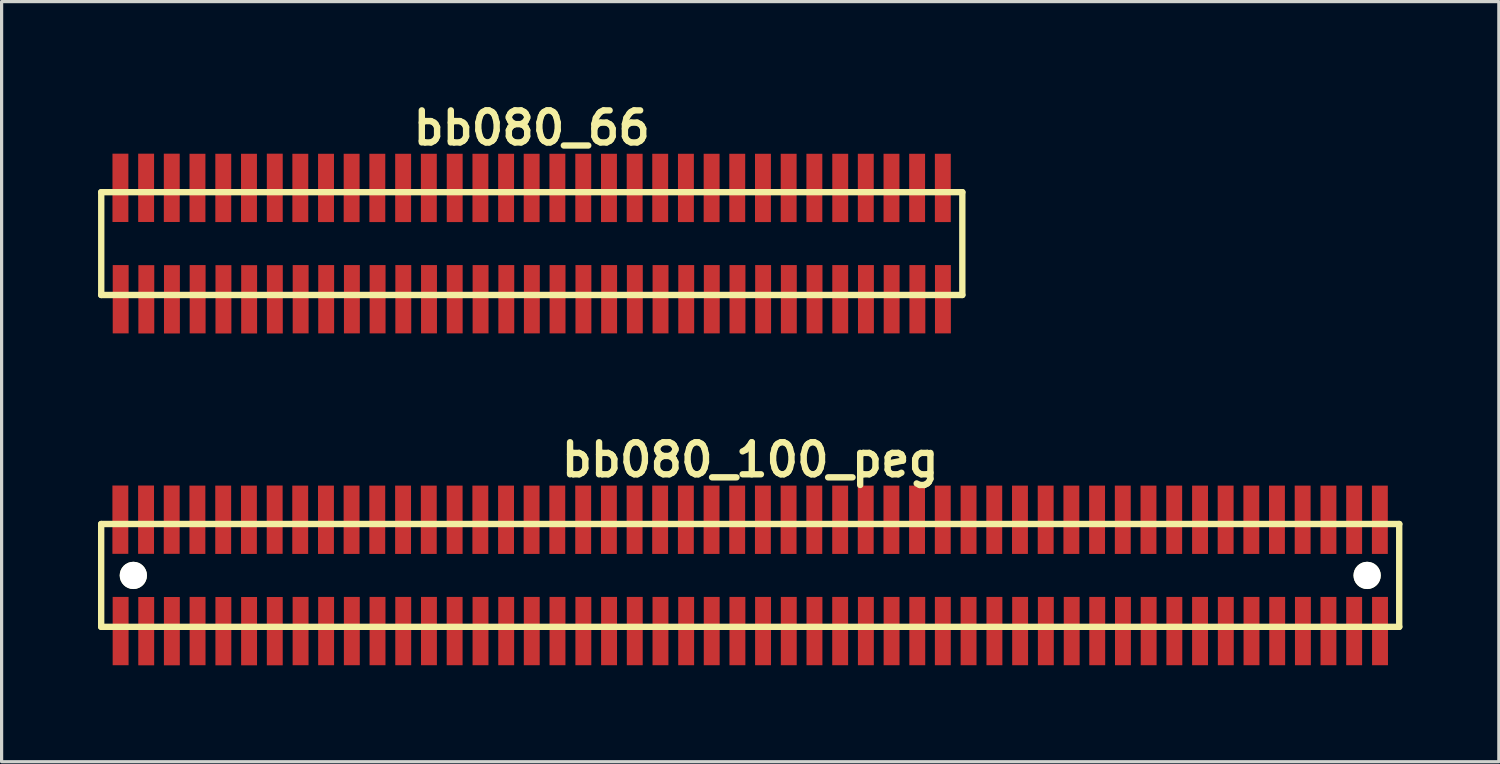
<source format=kicad_pcb>
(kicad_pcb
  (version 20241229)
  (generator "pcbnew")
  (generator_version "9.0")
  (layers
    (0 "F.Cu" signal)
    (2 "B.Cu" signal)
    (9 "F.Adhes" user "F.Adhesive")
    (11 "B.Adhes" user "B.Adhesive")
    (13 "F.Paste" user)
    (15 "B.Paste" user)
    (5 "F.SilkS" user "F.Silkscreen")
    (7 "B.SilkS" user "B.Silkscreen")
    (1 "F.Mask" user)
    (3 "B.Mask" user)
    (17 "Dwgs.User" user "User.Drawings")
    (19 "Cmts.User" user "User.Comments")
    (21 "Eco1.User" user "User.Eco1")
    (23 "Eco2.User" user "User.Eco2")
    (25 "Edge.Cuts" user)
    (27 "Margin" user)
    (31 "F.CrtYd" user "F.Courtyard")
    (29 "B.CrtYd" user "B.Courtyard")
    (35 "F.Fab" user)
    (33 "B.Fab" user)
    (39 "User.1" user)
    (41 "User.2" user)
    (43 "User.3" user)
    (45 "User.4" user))
  (footprint "bb080_100_peg"
    (layer "F.Cu")
    (at 20.3 14.859)
    (property "Reference" "bb080_100_peg" (at 0 -3.599 0) (layer "F.SilkS") (effects (font (size 0.998 0.998) (thickness 0.198))))
    (attr smd)
    (fp_line (start -20.201 -1.6) (end -20.201 1.6) (stroke (width 0.198) (type solid)) (layer "F.SilkS"))
    (fp_line (start -20.201 -1.6) (end 20.201 -1.6) (stroke (width 0.198) (type solid)) (layer "F.SilkS"))
    (fp_line (start 20.198 1.6) (end 20.198 -1.6) (stroke (width 0.198) (type solid)) (layer "F.SilkS"))
    (fp_line (start 20.201 1.6) (end -20.201 1.6) (stroke (width 0.198) (type solid)) (layer "F.SilkS"))
    (pad "" np_thru_hole circle (at -19.2 0) (size 0.848 0.848) (drill 0.848) (layers "*.Cu" "*.Mask" "F.SilkS"))
    (pad "" np_thru_hole circle (at 19.2 0) (size 0.848 0.848) (drill 0.848) (layers "*.Cu" "*.Mask" "F.SilkS"))
    (pad "1" smd rect (at -19.596 1.732) (size 0.495 2.126) (layers "F.Cu" "F.Mask" "F.Paste"))
    (pad "2" smd rect (at -19.604 -1.735) (size 0.495 2.126) (layers "F.Cu" "F.Mask" "F.Paste"))
    (pad "3" smd rect (at -18.799 1.735) (size 0.495 2.126) (layers "F.Cu" "F.Mask" "F.Paste"))
    (pad "4" smd rect (at -18.804 -1.735) (size 0.495 2.126) (layers "F.Cu" "F.Mask" "F.Paste"))
    (pad "5" smd rect (at -18.001 1.735) (size 0.495 2.126) (layers "F.Cu" "F.Mask" "F.Paste"))
    (pad "6" smd rect (at -18.006 -1.735) (size 0.495 2.126) (layers "F.Cu" "F.Mask" "F.Paste"))
    (pad "7" smd rect (at -17.201 1.732) (size 0.495 2.126) (layers "F.Cu" "F.Mask" "F.Paste"))
    (pad "8" smd rect (at -17.206 -1.732) (size 0.495 2.126) (layers "F.Cu" "F.Mask" "F.Paste"))
    (pad "9" smd rect (at -16.398 1.735) (size 0.495 2.126) (layers "F.Cu" "F.Mask" "F.Paste"))
    (pad "10" smd rect (at -16.403 -1.732) (size 0.495 2.126) (layers "F.Cu" "F.Mask" "F.Paste"))
    (pad "11" smd rect (at -15.598 1.735) (size 0.495 2.126) (layers "F.Cu" "F.Mask" "F.Paste"))
    (pad "12" smd rect (at -15.603 -1.732) (size 0.495 2.126) (layers "F.Cu" "F.Mask" "F.Paste"))
    (pad "13" smd rect (at -14.798 1.735) (size 0.495 2.126) (layers "F.Cu" "F.Mask" "F.Paste"))
    (pad "14" smd rect (at -14.801 -1.735) (size 0.495 2.126) (layers "F.Cu" "F.Mask" "F.Paste"))
    (pad "15" smd rect (at -13.995 1.732) (size 0.495 2.126) (layers "F.Cu" "F.Mask" "F.Paste"))
    (pad "16" smd rect (at -14.006 -1.732) (size 0.495 2.126) (layers "F.Cu" "F.Mask" "F.Paste"))
    (pad "17" smd rect (at -13.2 1.732) (size 0.495 2.126) (layers "F.Cu" "F.Mask" "F.Paste"))
    (pad "18" smd rect (at -13.205 -1.732) (size 0.495 2.126) (layers "F.Cu" "F.Mask" "F.Paste"))
    (pad "19" smd rect (at -12.4 1.732) (size 0.495 2.126) (layers "F.Cu" "F.Mask" "F.Paste"))
    (pad "20" smd rect (at -12.408 -1.732) (size 0.495 2.126) (layers "F.Cu" "F.Mask" "F.Paste"))
    (pad "21" smd rect (at -11.6 1.732) (size 0.495 2.126) (layers "F.Cu" "F.Mask" "F.Paste"))
    (pad "22" smd rect (at -11.608 -1.732) (size 0.495 2.126) (layers "F.Cu" "F.Mask" "F.Paste"))
    (pad "23" smd rect (at -10.8 1.732) (size 0.495 2.126) (layers "F.Cu" "F.Mask" "F.Paste"))
    (pad "24" smd rect (at -10.805 -1.732) (size 0.495 2.126) (layers "F.Cu" "F.Mask" "F.Paste"))
    (pad "25" smd rect (at -10 1.732) (size 0.495 2.126) (layers "F.Cu" "F.Mask" "F.Paste"))
    (pad "26" smd rect (at -10.005 -1.732) (size 0.495 2.126) (layers "F.Cu" "F.Mask" "F.Paste"))
    (pad "27" smd rect (at -9.2 1.732) (size 0.495 2.126) (layers "F.Cu" "F.Mask" "F.Paste"))
    (pad "28" smd rect (at -9.2 -1.732) (size 0.495 2.126) (layers "F.Cu" "F.Mask" "F.Paste"))
    (pad "29" smd rect (at -8.395 1.732) (size 0.495 2.126) (layers "F.Cu" "F.Mask" "F.Paste"))
    (pad "30" smd rect (at -8.4 -1.732) (size 0.495 2.126) (layers "F.Cu" "F.Mask" "F.Paste"))
    (pad "31" smd rect (at -7.595 1.732) (size 0.495 2.126) (layers "F.Cu" "F.Mask" "F.Paste"))
    (pad "32" smd rect (at -7.6 -1.732) (size 0.495 2.126) (layers "F.Cu" "F.Mask" "F.Paste"))
    (pad "33" smd rect (at -6.8 1.732) (size 0.495 2.126) (layers "F.Cu" "F.Mask" "F.Paste"))
    (pad "34" smd rect (at -6.805 -1.732) (size 0.495 2.126) (layers "F.Cu" "F.Mask" "F.Paste"))
    (pad "35" smd rect (at -5.999 1.732) (size 0.495 2.126) (layers "F.Cu" "F.Mask" "F.Paste"))
    (pad "36" smd rect (at -6.005 -1.732) (size 0.495 2.126) (layers "F.Cu" "F.Mask" "F.Paste"))
    (pad "37" smd rect (at -5.194 1.732) (size 0.495 2.126) (layers "F.Cu" "F.Mask" "F.Paste"))
    (pad "38" smd rect (at -5.199 -1.732) (size 0.495 2.126) (layers "F.Cu" "F.Mask" "F.Paste"))
    (pad "39" smd rect (at -4.394 1.732) (size 0.495 2.126) (layers "F.Cu" "F.Mask" "F.Paste"))
    (pad "40" smd rect (at -4.399 -1.732) (size 0.495 2.126) (layers "F.Cu" "F.Mask" "F.Paste"))
    (pad "41" smd rect (at -3.594 1.732) (size 0.495 2.126) (layers "F.Cu" "F.Mask" "F.Paste"))
    (pad "42" smd rect (at -3.599 -1.732) (size 0.495 2.126) (layers "F.Cu" "F.Mask" "F.Paste"))
    (pad "43" smd rect (at -2.794 1.732) (size 0.495 2.126) (layers "F.Cu" "F.Mask" "F.Paste"))
    (pad "44" smd rect (at -2.804 -1.732) (size 0.495 2.126) (layers "F.Cu" "F.Mask" "F.Paste"))
    (pad "45" smd rect (at -1.994 1.732) (size 0.495 2.126) (layers "F.Cu" "F.Mask" "F.Paste"))
    (pad "46" smd rect (at -2.004 -1.732) (size 0.495 2.126) (layers "F.Cu" "F.Mask" "F.Paste"))
    (pad "47" smd rect (at -1.199 1.732) (size 0.495 2.126) (layers "F.Cu" "F.Mask" "F.Paste"))
    (pad "48" smd rect (at -1.204 -1.732) (size 0.495 2.126) (layers "F.Cu" "F.Mask" "F.Paste"))
    (pad "49" smd rect (at -0.399 1.732) (size 0.495 2.126) (layers "F.Cu" "F.Mask" "F.Paste"))
    (pad "50" smd rect (at -0.406 -1.732) (size 0.495 2.126) (layers "F.Cu" "F.Mask" "F.Paste"))
    (pad "51" smd rect (at 0.399 1.732) (size 0.495 2.126) (layers "F.Cu" "F.Mask" "F.Paste"))
    (pad "52" smd rect (at 0.394 -1.732) (size 0.495 2.126) (layers "F.Cu" "F.Mask" "F.Paste"))
    (pad "53" smd rect (at 1.199 1.732) (size 0.495 2.126) (layers "F.Cu" "F.Mask" "F.Paste"))
    (pad "54" smd rect (at 1.194 -1.732) (size 0.495 2.126) (layers "F.Cu" "F.Mask" "F.Paste"))
    (pad "55" smd rect (at 1.999 1.732) (size 0.495 2.126) (layers "F.Cu" "F.Mask" "F.Paste"))
    (pad "56" smd rect (at 1.994 -1.732) (size 0.495 2.126) (layers "F.Cu" "F.Mask" "F.Paste"))
    (pad "57" smd rect (at 2.799 1.732) (size 0.495 2.126) (layers "F.Cu" "F.Mask" "F.Paste"))
    (pad "58" smd rect (at 2.799 -1.732) (size 0.495 2.126) (layers "F.Cu" "F.Mask" "F.Paste"))
    (pad "59" smd rect (at 3.599 1.732) (size 0.495 2.126) (layers "F.Cu" "F.Mask" "F.Paste"))
    (pad "60" smd rect (at 3.594 -1.732) (size 0.495 2.126) (layers "F.Cu" "F.Mask" "F.Paste"))
    (pad "61" smd rect (at 4.399 1.732) (size 0.495 2.126) (layers "F.Cu" "F.Mask" "F.Paste"))
    (pad "62" smd rect (at 4.394 -1.732) (size 0.495 2.126) (layers "F.Cu" "F.Mask" "F.Paste"))
    (pad "63" smd rect (at 5.199 1.732) (size 0.495 2.126) (layers "F.Cu" "F.Mask" "F.Paste"))
    (pad "64" smd rect (at 5.192 -1.732) (size 0.495 2.126) (layers "F.Cu" "F.Mask" "F.Paste"))
    (pad "65" smd rect (at 5.994 1.732) (size 0.495 2.126) (layers "F.Cu" "F.Mask" "F.Paste"))
    (pad "66" smd rect (at 5.992 -1.732) (size 0.495 2.126) (layers "F.Cu" "F.Mask" "F.Paste"))
    (pad "67" smd rect (at 6.795 1.732) (size 0.495 2.126) (layers "F.Cu" "F.Mask" "F.Paste"))
    (pad "68" smd rect (at 6.795 -1.732) (size 0.495 2.126) (layers "F.Cu" "F.Mask" "F.Paste"))
    (pad "69" smd rect (at 7.6 1.732) (size 0.495 2.126) (layers "F.Cu" "F.Mask" "F.Paste"))
    (pad "70" smd rect (at 7.595 -1.732) (size 0.495 2.126) (layers "F.Cu" "F.Mask" "F.Paste"))
    (pad "71" smd rect (at 8.4 1.732) (size 0.495 2.126) (layers "F.Cu" "F.Mask" "F.Paste"))
    (pad "72" smd rect (at 8.395 -1.732) (size 0.495 2.126) (layers "F.Cu" "F.Mask" "F.Paste"))
    (pad "73" smd rect (at 9.2 1.732) (size 0.495 2.126) (layers "F.Cu" "F.Mask" "F.Paste"))
    (pad "74" smd rect (at 9.195 -1.732) (size 0.495 2.126) (layers "F.Cu" "F.Mask" "F.Paste"))
    (pad "75" smd rect (at 10.005 1.732) (size 0.495 2.126) (layers "F.Cu" "F.Mask" "F.Paste"))
    (pad "76" smd rect (at 9.995 -1.732) (size 0.495 2.126) (layers "F.Cu" "F.Mask" "F.Paste"))
    (pad "77" smd rect (at 10.8 1.732) (size 0.495 2.126) (layers "F.Cu" "F.Mask" "F.Paste"))
    (pad "78" smd rect (at 10.795 -1.732) (size 0.495 2.126) (layers "F.Cu" "F.Mask" "F.Paste"))
    (pad "79" smd rect (at 11.6 1.732) (size 0.495 2.126) (layers "F.Cu" "F.Mask" "F.Paste"))
    (pad "80" smd rect (at 11.595 -1.732) (size 0.495 2.126) (layers "F.Cu" "F.Mask" "F.Paste"))
    (pad "81" smd rect (at 12.4 1.732) (size 0.495 2.126) (layers "F.Cu" "F.Mask" "F.Paste"))
    (pad "82" smd rect (at 12.395 -1.732) (size 0.495 2.126) (layers "F.Cu" "F.Mask" "F.Paste"))
    (pad "83" smd rect (at 13.2 1.732) (size 0.495 2.126) (layers "F.Cu" "F.Mask" "F.Paste"))
    (pad "84" smd rect (at 13.195 -1.732) (size 0.495 2.126) (layers "F.Cu" "F.Mask" "F.Paste"))
    (pad "85" smd rect (at 14 1.732) (size 0.495 2.126) (layers "F.Cu" "F.Mask" "F.Paste"))
    (pad "86" smd rect (at 14 -1.732) (size 0.495 2.126) (layers "F.Cu" "F.Mask" "F.Paste"))
    (pad "87" smd rect (at 14.801 1.732) (size 0.495 2.126) (layers "F.Cu" "F.Mask" "F.Paste"))
    (pad "88" smd rect (at 14.796 -1.732) (size 0.495 2.126) (layers "F.Cu" "F.Mask" "F.Paste"))
    (pad "89" smd rect (at 15.601 1.732) (size 0.495 2.126) (layers "F.Cu" "F.Mask" "F.Paste"))
    (pad "90" smd rect (at 15.596 -1.732) (size 0.495 2.126) (layers "F.Cu" "F.Mask" "F.Paste"))
    (pad "91" smd rect (at 16.401 1.732) (size 0.495 2.126) (layers "F.Cu" "F.Mask" "F.Paste"))
    (pad "92" smd rect (at 16.393 -1.732) (size 0.495 2.126) (layers "F.Cu" "F.Mask" "F.Paste"))
    (pad "93" smd rect (at 17.201 1.732) (size 0.495 2.126) (layers "F.Cu" "F.Mask" "F.Paste"))
    (pad "94" smd rect (at 17.193 -1.732) (size 0.495 2.126) (layers "F.Cu" "F.Mask" "F.Paste"))
    (pad "95" smd rect (at 17.996 1.732) (size 0.495 2.126) (layers "F.Cu" "F.Mask" "F.Paste"))
    (pad "96" smd rect (at 17.996 -1.732) (size 0.495 2.126) (layers "F.Cu" "F.Mask" "F.Paste"))
    (pad "97" smd rect (at 18.796 1.732) (size 0.495 2.126) (layers "F.Cu" "F.Mask" "F.Paste"))
    (pad "98" smd rect (at 18.796 -1.732) (size 0.495 2.126) (layers "F.Cu" "F.Mask" "F.Paste"))
    (pad "99" smd rect (at 19.601 1.732) (size 0.495 2.126) (layers "F.Cu" "F.Mask" "F.Paste"))
    (pad "100" smd rect (at 19.596 -1.732) (size 0.495 2.126) (layers "F.Cu" "F.Mask" "F.Paste")))
  (footprint "bb080_66"
    (layer "F.Cu")
    (at 13.5 4.531)
    (property "Reference" "bb080_66" (at 0 -3.599 0) (layer "F.SilkS") (effects (font (size 0.998 0.998) (thickness 0.198))))
    (attr smd)
    (fp_line (start -13.401 1.6) (end 13.401 1.6) (stroke (width 0.198) (type solid)) (layer "F.SilkS"))
    (fp_line (start -13.399 -1.6) (end -13.399 1.6) (stroke (width 0.198) (type solid)) (layer "F.SilkS"))
    (fp_line (start 13.401 -1.6) (end -13.401 -1.6) (stroke (width 0.198) (type solid)) (layer "F.SilkS"))
    (fp_line (start 13.401 1.6) (end 13.401 -1.6) (stroke (width 0.198) (type solid)) (layer "F.SilkS"))
    (pad "1" smd rect (at -12.794 1.732) (size 0.495 2.126) (layers "F.Cu" "F.Mask" "F.Paste"))
    (pad "2" smd rect (at -12.802 -1.735) (size 0.495 2.126) (layers "F.Cu" "F.Mask" "F.Paste"))
    (pad "3" smd rect (at -11.996 1.735) (size 0.495 2.126) (layers "F.Cu" "F.Mask" "F.Paste"))
    (pad "4" smd rect (at -12.002 -1.735) (size 0.495 2.126) (layers "F.Cu" "F.Mask" "F.Paste"))
    (pad "5" smd rect (at -11.199 1.735) (size 0.495 2.126) (layers "F.Cu" "F.Mask" "F.Paste"))
    (pad "6" smd rect (at -11.204 -1.735) (size 0.495 2.126) (layers "F.Cu" "F.Mask" "F.Paste"))
    (pad "7" smd rect (at -10.399 1.732) (size 0.495 2.126) (layers "F.Cu" "F.Mask" "F.Paste"))
    (pad "8" smd rect (at -10.404 -1.732) (size 0.495 2.126) (layers "F.Cu" "F.Mask" "F.Paste"))
    (pad "9" smd rect (at -9.596 1.735) (size 0.495 2.126) (layers "F.Cu" "F.Mask" "F.Paste"))
    (pad "10" smd rect (at -9.601 -1.732) (size 0.495 2.126) (layers "F.Cu" "F.Mask" "F.Paste"))
    (pad "11" smd rect (at -8.796 1.735) (size 0.495 2.126) (layers "F.Cu" "F.Mask" "F.Paste"))
    (pad "12" smd rect (at -8.801 -1.732) (size 0.495 2.126) (layers "F.Cu" "F.Mask" "F.Paste"))
    (pad "13" smd rect (at -7.996 1.735) (size 0.495 2.126) (layers "F.Cu" "F.Mask" "F.Paste"))
    (pad "14" smd rect (at -7.998 -1.735) (size 0.495 2.126) (layers "F.Cu" "F.Mask" "F.Paste"))
    (pad "15" smd rect (at -7.193 1.732) (size 0.495 2.126) (layers "F.Cu" "F.Mask" "F.Paste"))
    (pad "16" smd rect (at -7.203 -1.732) (size 0.495 2.126) (layers "F.Cu" "F.Mask" "F.Paste"))
    (pad "17" smd rect (at -6.398 1.732) (size 0.495 2.126) (layers "F.Cu" "F.Mask" "F.Paste"))
    (pad "18" smd rect (at -6.403 -1.732) (size 0.495 2.126) (layers "F.Cu" "F.Mask" "F.Paste"))
    (pad "19" smd rect (at -5.598 1.732) (size 0.495 2.126) (layers "F.Cu" "F.Mask" "F.Paste"))
    (pad "20" smd rect (at -5.606 -1.732) (size 0.495 2.126) (layers "F.Cu" "F.Mask" "F.Paste"))
    (pad "21" smd rect (at -4.798 1.732) (size 0.495 2.126) (layers "F.Cu" "F.Mask" "F.Paste"))
    (pad "22" smd rect (at -4.806 -1.732) (size 0.495 2.126) (layers "F.Cu" "F.Mask" "F.Paste"))
    (pad "23" smd rect (at -3.998 1.732) (size 0.495 2.126) (layers "F.Cu" "F.Mask" "F.Paste"))
    (pad "24" smd rect (at -4.003 -1.732) (size 0.495 2.126) (layers "F.Cu" "F.Mask" "F.Paste"))
    (pad "25" smd rect (at -3.198 1.732) (size 0.495 2.126) (layers "F.Cu" "F.Mask" "F.Paste"))
    (pad "26" smd rect (at -3.203 -1.732) (size 0.495 2.126) (layers "F.Cu" "F.Mask" "F.Paste"))
    (pad "27" smd rect (at -2.398 1.732) (size 0.495 2.126) (layers "F.Cu" "F.Mask" "F.Paste"))
    (pad "28" smd rect (at -2.398 -1.732) (size 0.495 2.126) (layers "F.Cu" "F.Mask" "F.Paste"))
    (pad "29" smd rect (at -1.593 1.732) (size 0.495 2.126) (layers "F.Cu" "F.Mask" "F.Paste"))
    (pad "30" smd rect (at -1.598 -1.732) (size 0.495 2.126) (layers "F.Cu" "F.Mask" "F.Paste"))
    (pad "31" smd rect (at -0.792 1.732) (size 0.495 2.126) (layers "F.Cu" "F.Mask" "F.Paste"))
    (pad "32" smd rect (at -0.798 -1.732) (size 0.495 2.126) (layers "F.Cu" "F.Mask" "F.Paste"))
    (pad "33" smd rect (at 0.003 1.732) (size 0.495 2.126) (layers "F.Cu" "F.Mask" "F.Paste"))
    (pad "34" smd rect (at -0.003 -1.732) (size 0.495 2.126) (layers "F.Cu" "F.Mask" "F.Paste"))
    (pad "35" smd rect (at 0.803 1.732) (size 0.495 2.126) (layers "F.Cu" "F.Mask" "F.Paste"))
    (pad "36" smd rect (at 0.798 -1.732) (size 0.495 2.126) (layers "F.Cu" "F.Mask" "F.Paste"))
    (pad "37" smd rect (at 1.608 1.732) (size 0.495 2.126) (layers "F.Cu" "F.Mask" "F.Paste"))
    (pad "38" smd rect (at 1.603 -1.732) (size 0.495 2.126) (layers "F.Cu" "F.Mask" "F.Paste"))
    (pad "39" smd rect (at 2.408 1.732) (size 0.495 2.126) (layers "F.Cu" "F.Mask" "F.Paste"))
    (pad "40" smd rect (at 2.403 -1.732) (size 0.495 2.126) (layers "F.Cu" "F.Mask" "F.Paste"))
    (pad "41" smd rect (at 3.208 1.732) (size 0.495 2.126) (layers "F.Cu" "F.Mask" "F.Paste"))
    (pad "42" smd rect (at 3.203 -1.732) (size 0.495 2.126) (layers "F.Cu" "F.Mask" "F.Paste"))
    (pad "43" smd rect (at 4.008 1.732) (size 0.495 2.126) (layers "F.Cu" "F.Mask" "F.Paste"))
    (pad "44" smd rect (at 3.998 -1.732) (size 0.495 2.126) (layers "F.Cu" "F.Mask" "F.Paste"))
    (pad "45" smd rect (at 4.808 1.732) (size 0.495 2.126) (layers "F.Cu" "F.Mask" "F.Paste"))
    (pad "46" smd rect (at 4.798 -1.732) (size 0.495 2.126) (layers "F.Cu" "F.Mask" "F.Paste"))
    (pad "47" smd rect (at 5.603 1.732) (size 0.495 2.126) (layers "F.Cu" "F.Mask" "F.Paste"))
    (pad "48" smd rect (at 5.598 -1.732) (size 0.495 2.126) (layers "F.Cu" "F.Mask" "F.Paste"))
    (pad "49" smd rect (at 6.403 1.732) (size 0.495 2.126) (layers "F.Cu" "F.Mask" "F.Paste"))
    (pad "50" smd rect (at 6.396 -1.732) (size 0.495 2.126) (layers "F.Cu" "F.Mask" "F.Paste"))
    (pad "51" smd rect (at 7.201 1.732) (size 0.495 2.126) (layers "F.Cu" "F.Mask" "F.Paste"))
    (pad "52" smd rect (at 7.196 -1.732) (size 0.495 2.126) (layers "F.Cu" "F.Mask" "F.Paste"))
    (pad "53" smd rect (at 8.001 1.732) (size 0.495 2.126) (layers "F.Cu" "F.Mask" "F.Paste"))
    (pad "54" smd rect (at 7.996 -1.732) (size 0.495 2.126) (layers "F.Cu" "F.Mask" "F.Paste"))
    (pad "55" smd rect (at 8.801 1.732) (size 0.495 2.126) (layers "F.Cu" "F.Mask" "F.Paste"))
    (pad "56" smd rect (at 8.796 -1.732) (size 0.495 2.126) (layers "F.Cu" "F.Mask" "F.Paste"))
    (pad "57" smd rect (at 9.601 1.732) (size 0.495 2.126) (layers "F.Cu" "F.Mask" "F.Paste"))
    (pad "58" smd rect (at 9.601 -1.732) (size 0.495 2.126) (layers "F.Cu" "F.Mask" "F.Paste"))
    (pad "59" smd rect (at 10.401 1.732) (size 0.495 2.126) (layers "F.Cu" "F.Mask" "F.Paste"))
    (pad "60" smd rect (at 10.396 -1.732) (size 0.495 2.126) (layers "F.Cu" "F.Mask" "F.Paste"))
    (pad "61" smd rect (at 11.201 1.732) (size 0.495 2.126) (layers "F.Cu" "F.Mask" "F.Paste"))
    (pad "62" smd rect (at 11.196 -1.732) (size 0.495 2.126) (layers "F.Cu" "F.Mask" "F.Paste"))
    (pad "63" smd rect (at 12.002 1.732) (size 0.495 2.126) (layers "F.Cu" "F.Mask" "F.Paste"))
    (pad "64" smd rect (at 11.994 -1.732) (size 0.495 2.126) (layers "F.Cu" "F.Mask" "F.Paste"))
    (pad "65" smd rect (at 12.797 1.732) (size 0.495 2.126) (layers "F.Cu" "F.Mask" "F.Paste"))
    (pad "66" smd rect (at 12.794 -1.732) (size 0.495 2.126) (layers "F.Cu" "F.Mask" "F.Paste")))
  (gr_rect
    (start -3 -3)
    (end 43.599 20.657)
    (stroke (width 0.1) (type default))
    (fill no)
    (layer "Edge.Cuts")))
</source>
